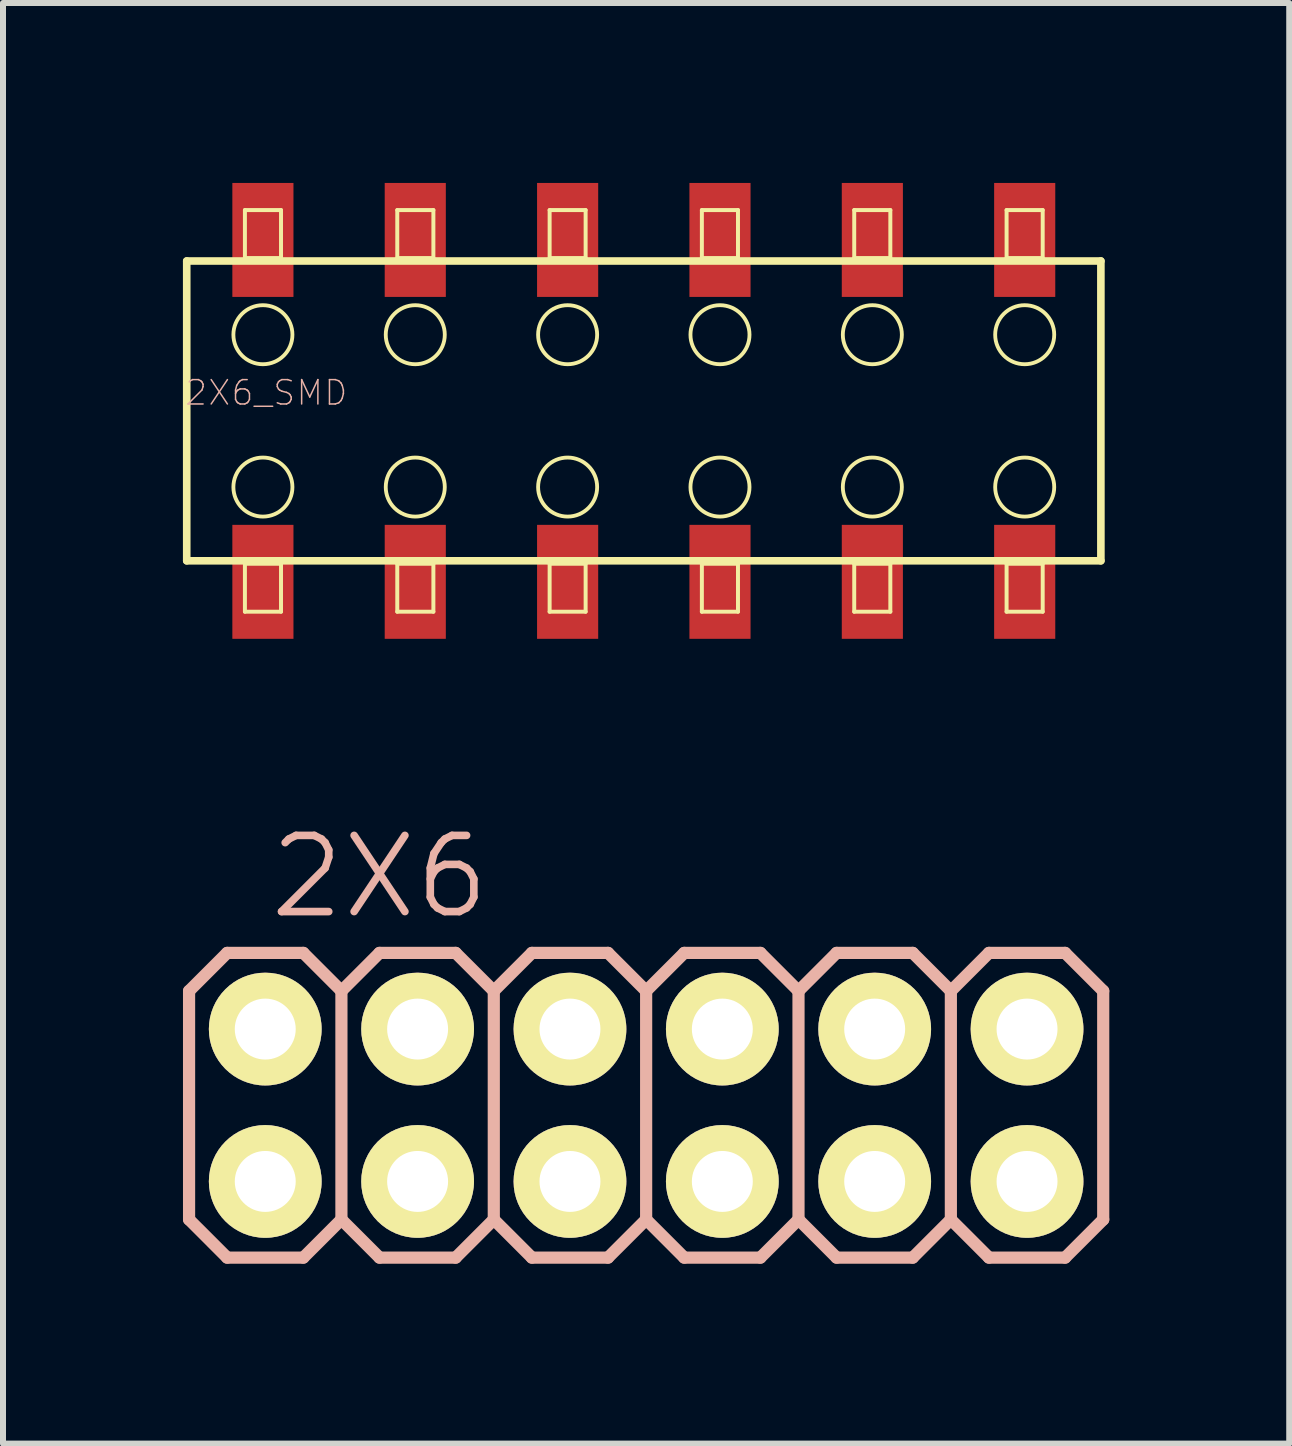
<source format=kicad_pcb>
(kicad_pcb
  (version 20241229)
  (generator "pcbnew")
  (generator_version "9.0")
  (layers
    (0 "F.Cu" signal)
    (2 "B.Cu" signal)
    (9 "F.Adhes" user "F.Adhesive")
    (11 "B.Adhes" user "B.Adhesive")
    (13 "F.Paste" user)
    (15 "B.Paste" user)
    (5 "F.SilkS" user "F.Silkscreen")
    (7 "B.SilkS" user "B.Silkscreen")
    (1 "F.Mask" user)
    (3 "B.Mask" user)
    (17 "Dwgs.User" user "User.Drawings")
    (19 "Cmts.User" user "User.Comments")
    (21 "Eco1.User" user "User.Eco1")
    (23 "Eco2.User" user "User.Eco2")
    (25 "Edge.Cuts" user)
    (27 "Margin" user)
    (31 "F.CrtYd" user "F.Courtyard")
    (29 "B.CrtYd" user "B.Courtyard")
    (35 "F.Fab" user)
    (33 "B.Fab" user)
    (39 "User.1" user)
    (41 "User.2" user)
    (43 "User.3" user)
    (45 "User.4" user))
  (footprint "2X6"
    (layer "F.Cu")
    (at 1.372 16.646)
    (property "Reference" "2X6" (at 1.905 -5.08 0) (layer "B.SilkS") (effects (font (size 1.27 1.27) (thickness 0.127))))
    (attr exclude_from_pos_files exclude_from_bom)
    (fp_line (start -0.254 -2.794) (end 0.254 -2.794) (stroke (width 0.066) (type solid)) (layer "F.SilkS"))
    (fp_line (start -0.254 -2.286) (end -0.254 -2.794) (stroke (width 0.066) (type solid)) (layer "F.SilkS"))
    (fp_line (start -0.254 -2.286) (end 0.254 -2.286) (stroke (width 0.066) (type solid)) (layer "F.SilkS"))
    (fp_line (start -0.254 -0.254) (end 0.254 -0.254) (stroke (width 0.066) (type solid)) (layer "F.SilkS"))
    (fp_line (start -0.254 0.254) (end -0.254 -0.254) (stroke (width 0.066) (type solid)) (layer "F.SilkS"))
    (fp_line (start -0.254 0.254) (end 0.254 0.254) (stroke (width 0.066) (type solid)) (layer "F.SilkS"))
    (fp_line (start 0.254 -2.286) (end 0.254 -2.794) (stroke (width 0.066) (type solid)) (layer "F.SilkS"))
    (fp_line (start 0.254 0.254) (end 0.254 -0.254) (stroke (width 0.066) (type solid)) (layer "F.SilkS"))
    (fp_line (start 2.286 -2.794) (end 2.794 -2.794) (stroke (width 0.066) (type solid)) (layer "F.SilkS"))
    (fp_line (start 2.286 -2.286) (end 2.286 -2.794) (stroke (width 0.066) (type solid)) (layer "F.SilkS"))
    (fp_line (start 2.286 -2.286) (end 2.794 -2.286) (stroke (width 0.066) (type solid)) (layer "F.SilkS"))
    (fp_line (start 2.286 -0.254) (end 2.794 -0.254) (stroke (width 0.066) (type solid)) (layer "F.SilkS"))
    (fp_line (start 2.286 0.254) (end 2.286 -0.254) (stroke (width 0.066) (type solid)) (layer "F.SilkS"))
    (fp_line (start 2.286 0.254) (end 2.794 0.254) (stroke (width 0.066) (type solid)) (layer "F.SilkS"))
    (fp_line (start 2.794 -2.286) (end 2.794 -2.794) (stroke (width 0.066) (type solid)) (layer "F.SilkS"))
    (fp_line (start 2.794 0.254) (end 2.794 -0.254) (stroke (width 0.066) (type solid)) (layer "F.SilkS"))
    (fp_line (start 4.826 -2.794) (end 5.334 -2.794) (stroke (width 0.066) (type solid)) (layer "F.SilkS"))
    (fp_line (start 4.826 -2.286) (end 4.826 -2.794) (stroke (width 0.066) (type solid)) (layer "F.SilkS"))
    (fp_line (start 4.826 -2.286) (end 5.334 -2.286) (stroke (width 0.066) (type solid)) (layer "F.SilkS"))
    (fp_line (start 4.826 -0.254) (end 5.334 -0.254) (stroke (width 0.066) (type solid)) (layer "F.SilkS"))
    (fp_line (start 4.826 0.254) (end 4.826 -0.254) (stroke (width 0.066) (type solid)) (layer "F.SilkS"))
    (fp_line (start 4.826 0.254) (end 5.334 0.254) (stroke (width 0.066) (type solid)) (layer "F.SilkS"))
    (fp_line (start 5.334 -2.286) (end 5.334 -2.794) (stroke (width 0.066) (type solid)) (layer "F.SilkS"))
    (fp_line (start 5.334 0.254) (end 5.334 -0.254) (stroke (width 0.066) (type solid)) (layer "F.SilkS"))
    (fp_line (start 7.366 -2.794) (end 7.874 -2.794) (stroke (width 0.066) (type solid)) (layer "F.SilkS"))
    (fp_line (start 7.366 -2.286) (end 7.366 -2.794) (stroke (width 0.066) (type solid)) (layer "F.SilkS"))
    (fp_line (start 7.366 -2.286) (end 7.874 -2.286) (stroke (width 0.066) (type solid)) (layer "F.SilkS"))
    (fp_line (start 7.366 -0.254) (end 7.874 -0.254) (stroke (width 0.066) (type solid)) (layer "F.SilkS"))
    (fp_line (start 7.366 0.254) (end 7.366 -0.254) (stroke (width 0.066) (type solid)) (layer "F.SilkS"))
    (fp_line (start 7.366 0.254) (end 7.874 0.254) (stroke (width 0.066) (type solid)) (layer "F.SilkS"))
    (fp_line (start 7.874 -2.286) (end 7.874 -2.794) (stroke (width 0.066) (type solid)) (layer "F.SilkS"))
    (fp_line (start 7.874 0.254) (end 7.874 -0.254) (stroke (width 0.066) (type solid)) (layer "F.SilkS"))
    (fp_line (start 9.906 -2.794) (end 10.414 -2.794) (stroke (width 0.066) (type solid)) (layer "F.SilkS"))
    (fp_line (start 9.906 -2.286) (end 9.906 -2.794) (stroke (width 0.066) (type solid)) (layer "F.SilkS"))
    (fp_line (start 9.906 -2.286) (end 10.414 -2.286) (stroke (width 0.066) (type solid)) (layer "F.SilkS"))
    (fp_line (start 9.906 -0.254) (end 10.414 -0.254) (stroke (width 0.066) (type solid)) (layer "F.SilkS"))
    (fp_line (start 9.906 0.254) (end 9.906 -0.254) (stroke (width 0.066) (type solid)) (layer "F.SilkS"))
    (fp_line (start 9.906 0.254) (end 10.414 0.254) (stroke (width 0.066) (type solid)) (layer "F.SilkS"))
    (fp_line (start 10.414 -2.286) (end 10.414 -2.794) (stroke (width 0.066) (type solid)) (layer "F.SilkS"))
    (fp_line (start 10.414 0.254) (end 10.414 -0.254) (stroke (width 0.066) (type solid)) (layer "F.SilkS"))
    (fp_line (start 12.446 -2.794) (end 12.954 -2.794) (stroke (width 0.066) (type solid)) (layer "F.SilkS"))
    (fp_line (start 12.446 -2.286) (end 12.446 -2.794) (stroke (width 0.066) (type solid)) (layer "F.SilkS"))
    (fp_line (start 12.446 -2.286) (end 12.954 -2.286) (stroke (width 0.066) (type solid)) (layer "F.SilkS"))
    (fp_line (start 12.446 -0.254) (end 12.954 -0.254) (stroke (width 0.066) (type solid)) (layer "F.SilkS"))
    (fp_line (start 12.446 0.254) (end 12.446 -0.254) (stroke (width 0.066) (type solid)) (layer "F.SilkS"))
    (fp_line (start 12.446 0.254) (end 12.954 0.254) (stroke (width 0.066) (type solid)) (layer "F.SilkS"))
    (fp_line (start 12.954 -2.286) (end 12.954 -2.794) (stroke (width 0.066) (type solid)) (layer "F.SilkS"))
    (fp_line (start 12.954 0.254) (end 12.954 -0.254) (stroke (width 0.066) (type solid)) (layer "F.SilkS"))
    (fp_line (start -1.27 -3.175) (end -0.635 -3.81) (stroke (width 0.203) (type solid)) (layer "B.SilkS"))
    (fp_line (start -1.27 0.635) (end -1.27 -3.175) (stroke (width 0.203) (type solid)) (layer "B.SilkS"))
    (fp_line (start -1.27 0.635) (end -0.635 1.27) (stroke (width 0.203) (type solid)) (layer "B.SilkS"))
    (fp_line (start -0.635 -3.81) (end 0.635 -3.81) (stroke (width 0.203) (type solid)) (layer "B.SilkS"))
    (fp_line (start -0.635 1.27) (end 0.635 1.27) (stroke (width 0.203) (type solid)) (layer "B.SilkS"))
    (fp_line (start 0.635 -3.81) (end 1.27 -3.175) (stroke (width 0.203) (type solid)) (layer "B.SilkS"))
    (fp_line (start 0.635 1.27) (end 1.27 0.635) (stroke (width 0.203) (type solid)) (layer "B.SilkS"))
    (fp_line (start 1.27 -3.175) (end 1.27 0.635) (stroke (width 0.203) (type solid)) (layer "B.SilkS"))
    (fp_line (start 1.27 -3.175) (end 1.905 -3.81) (stroke (width 0.203) (type solid)) (layer "B.SilkS"))
    (fp_line (start 1.27 0.635) (end 1.905 1.27) (stroke (width 0.203) (type solid)) (layer "B.SilkS"))
    (fp_line (start 1.905 -3.81) (end 3.175 -3.81) (stroke (width 0.203) (type solid)) (layer "B.SilkS"))
    (fp_line (start 1.905 1.27) (end 3.175 1.27) (stroke (width 0.203) (type solid)) (layer "B.SilkS"))
    (fp_line (start 3.175 -3.81) (end 3.81 -3.175) (stroke (width 0.203) (type solid)) (layer "B.SilkS"))
    (fp_line (start 3.175 1.27) (end 3.81 0.635) (stroke (width 0.203) (type solid)) (layer "B.SilkS"))
    (fp_line (start 3.81 -3.175) (end 3.81 0.635) (stroke (width 0.203) (type solid)) (layer "B.SilkS"))
    (fp_line (start 3.81 -3.175) (end 4.445 -3.81) (stroke (width 0.203) (type solid)) (layer "B.SilkS"))
    (fp_line (start 3.81 0.635) (end 4.445 1.27) (stroke (width 0.203) (type solid)) (layer "B.SilkS"))
    (fp_line (start 4.445 -3.81) (end 5.715 -3.81) (stroke (width 0.203) (type solid)) (layer "B.SilkS"))
    (fp_line (start 4.445 1.27) (end 5.715 1.27) (stroke (width 0.203) (type solid)) (layer "B.SilkS"))
    (fp_line (start 5.715 -3.81) (end 6.35 -3.175) (stroke (width 0.203) (type solid)) (layer "B.SilkS"))
    (fp_line (start 5.715 1.27) (end 6.35 0.635) (stroke (width 0.203) (type solid)) (layer "B.SilkS"))
    (fp_line (start 6.35 -3.175) (end 6.35 0.635) (stroke (width 0.203) (type solid)) (layer "B.SilkS"))
    (fp_line (start 6.35 -3.175) (end 6.985 -3.81) (stroke (width 0.203) (type solid)) (layer "B.SilkS"))
    (fp_line (start 6.35 0.635) (end 6.985 1.27) (stroke (width 0.203) (type solid)) (layer "B.SilkS"))
    (fp_line (start 6.985 -3.81) (end 8.255 -3.81) (stroke (width 0.203) (type solid)) (layer "B.SilkS"))
    (fp_line (start 6.985 1.27) (end 8.255 1.27) (stroke (width 0.203) (type solid)) (layer "B.SilkS"))
    (fp_line (start 8.255 -3.81) (end 8.89 -3.175) (stroke (width 0.203) (type solid)) (layer "B.SilkS"))
    (fp_line (start 8.255 1.27) (end 8.89 0.635) (stroke (width 0.203) (type solid)) (layer "B.SilkS"))
    (fp_line (start 8.89 -3.175) (end 8.89 0.635) (stroke (width 0.203) (type solid)) (layer "B.SilkS"))
    (fp_line (start 8.89 -3.175) (end 9.525 -3.81) (stroke (width 0.203) (type solid)) (layer "B.SilkS"))
    (fp_line (start 8.89 0.635) (end 9.525 1.27) (stroke (width 0.203) (type solid)) (layer "B.SilkS"))
    (fp_line (start 9.525 -3.81) (end 10.795 -3.81) (stroke (width 0.203) (type solid)) (layer "B.SilkS"))
    (fp_line (start 9.525 1.27) (end 10.795 1.27) (stroke (width 0.203) (type solid)) (layer "B.SilkS"))
    (fp_line (start 10.795 -3.81) (end 11.43 -3.175) (stroke (width 0.203) (type solid)) (layer "B.SilkS"))
    (fp_line (start 10.795 1.27) (end 11.43 0.635) (stroke (width 0.203) (type solid)) (layer "B.SilkS"))
    (fp_line (start 11.43 -3.175) (end 11.43 0.635) (stroke (width 0.203) (type solid)) (layer "B.SilkS"))
    (fp_line (start 11.43 -3.175) (end 12.065 -3.81) (stroke (width 0.203) (type solid)) (layer "B.SilkS"))
    (fp_line (start 11.43 0.635) (end 12.065 1.27) (stroke (width 0.203) (type solid)) (layer "B.SilkS"))
    (fp_line (start 12.065 -3.81) (end 13.335 -3.81) (stroke (width 0.203) (type solid)) (layer "B.SilkS"))
    (fp_line (start 12.065 1.27) (end 13.335 1.27) (stroke (width 0.203) (type solid)) (layer "B.SilkS"))
    (fp_line (start 13.335 -3.81) (end 13.97 -3.175) (stroke (width 0.203) (type solid)) (layer "B.SilkS"))
    (fp_line (start 13.335 1.27) (end 13.97 0.635) (stroke (width 0.203) (type solid)) (layer "B.SilkS"))
    (fp_line (start 13.97 -3.175) (end 13.97 0.635) (stroke (width 0.203) (type solid)) (layer "B.SilkS"))
    (pad "1" thru_hole circle (at 0 0) (size 1.88 1.88) (drill 1.016) (layers "*.Cu" "F.Mask" "F.SilkS" "F.Paste"))
    (pad "2" thru_hole circle (at 0 -2.54) (size 1.88 1.88) (drill 1.016) (layers "*.Cu" "F.Mask" "F.SilkS" "F.Paste"))
    (pad "3" thru_hole circle (at 2.54 0) (size 1.88 1.88) (drill 1.016) (layers "*.Cu" "F.Mask" "F.SilkS" "F.Paste"))
    (pad "4" thru_hole circle (at 2.54 -2.54) (size 1.88 1.88) (drill 1.016) (layers "*.Cu" "F.Mask" "F.SilkS" "F.Paste"))
    (pad "5" thru_hole circle (at 5.08 0) (size 1.88 1.88) (drill 1.016) (layers "*.Cu" "F.Mask" "F.SilkS" "F.Paste"))
    (pad "6" thru_hole circle (at 5.08 -2.54) (size 1.88 1.88) (drill 1.016) (layers "*.Cu" "F.Mask" "F.SilkS" "F.Paste"))
    (pad "7" thru_hole circle (at 7.62 0) (size 1.88 1.88) (drill 1.016) (layers "*.Cu" "F.Mask" "F.SilkS" "F.Paste"))
    (pad "8" thru_hole circle (at 7.62 -2.54) (size 1.88 1.88) (drill 1.016) (layers "*.Cu" "F.Mask" "F.SilkS" "F.Paste"))
    (pad "9" thru_hole circle (at 10.16 0) (size 1.88 1.88) (drill 1.016) (layers "*.Cu" "F.Mask" "F.SilkS" "F.Paste"))
    (pad "10" thru_hole circle (at 10.16 -2.54) (size 1.88 1.88) (drill 1.016) (layers "*.Cu" "F.Mask" "F.SilkS" "F.Paste"))
    (pad "11" thru_hole circle (at 12.7 0) (size 1.88 1.88) (drill 1.016) (layers "*.Cu" "F.Mask" "F.SilkS" "F.Paste"))
    (pad "12" thru_hole circle (at 12.7 -2.54) (size 1.88 1.88) (drill 1.016) (layers "*.Cu" "F.Mask" "F.SilkS" "F.Paste")))
  (footprint "2X6_SMD"
    (layer "F.Cu")
    (at 6.413 3.8)
    (property "Reference" "2X6_SMD" (at -5.024 -0.302 0) (layer "B.SilkS") (effects (font (size 0.406 0.406) (thickness 0.025))))
    (attr smd)
    (fp_line (start -6.35 -2.499) (end 8.89 -2.499) (stroke (width 0.127) (type solid)) (layer "F.SilkS"))
    (fp_line (start -6.35 2.499) (end -6.35 -2.499) (stroke (width 0.127) (type solid)) (layer "F.SilkS"))
    (fp_line (start -5.38 -3.348) (end -4.778 -3.348) (stroke (width 0.066) (type solid)) (layer "F.SilkS"))
    (fp_line (start -5.38 -2.548) (end -5.38 -3.348) (stroke (width 0.066) (type solid)) (layer "F.SilkS"))
    (fp_line (start -5.38 -2.548) (end -4.778 -2.548) (stroke (width 0.066) (type solid)) (layer "F.SilkS"))
    (fp_line (start -5.38 2.548) (end -4.778 2.548) (stroke (width 0.066) (type solid)) (layer "F.SilkS"))
    (fp_line (start -5.38 3.348) (end -5.38 2.548) (stroke (width 0.066) (type solid)) (layer "F.SilkS"))
    (fp_line (start -5.38 3.348) (end -4.778 3.348) (stroke (width 0.066) (type solid)) (layer "F.SilkS"))
    (fp_line (start -4.778 -2.548) (end -4.778 -3.348) (stroke (width 0.066) (type solid)) (layer "F.SilkS"))
    (fp_line (start -4.778 3.348) (end -4.778 2.548) (stroke (width 0.066) (type solid)) (layer "F.SilkS"))
    (fp_line (start -2.84 -3.348) (end -2.238 -3.348) (stroke (width 0.066) (type solid)) (layer "F.SilkS"))
    (fp_line (start -2.84 -2.548) (end -2.84 -3.348) (stroke (width 0.066) (type solid)) (layer "F.SilkS"))
    (fp_line (start -2.84 -2.548) (end -2.238 -2.548) (stroke (width 0.066) (type solid)) (layer "F.SilkS"))
    (fp_line (start -2.84 2.548) (end -2.238 2.548) (stroke (width 0.066) (type solid)) (layer "F.SilkS"))
    (fp_line (start -2.84 3.348) (end -2.84 2.548) (stroke (width 0.066) (type solid)) (layer "F.SilkS"))
    (fp_line (start -2.84 3.348) (end -2.238 3.348) (stroke (width 0.066) (type solid)) (layer "F.SilkS"))
    (fp_line (start -2.238 -2.548) (end -2.238 -3.348) (stroke (width 0.066) (type solid)) (layer "F.SilkS"))
    (fp_line (start -2.238 3.348) (end -2.238 2.548) (stroke (width 0.066) (type solid)) (layer "F.SilkS"))
    (fp_line (start -0.3 -3.348) (end 0.3 -3.348) (stroke (width 0.066) (type solid)) (layer "F.SilkS"))
    (fp_line (start -0.3 -2.548) (end -0.3 -3.348) (stroke (width 0.066) (type solid)) (layer "F.SilkS"))
    (fp_line (start -0.3 -2.548) (end 0.3 -2.548) (stroke (width 0.066) (type solid)) (layer "F.SilkS"))
    (fp_line (start -0.3 2.548) (end 0.3 2.548) (stroke (width 0.066) (type solid)) (layer "F.SilkS"))
    (fp_line (start -0.3 3.348) (end -0.3 2.548) (stroke (width 0.066) (type solid)) (layer "F.SilkS"))
    (fp_line (start -0.3 3.348) (end 0.3 3.348) (stroke (width 0.066) (type solid)) (layer "F.SilkS"))
    (fp_line (start 0.3 -2.548) (end 0.3 -3.348) (stroke (width 0.066) (type solid)) (layer "F.SilkS"))
    (fp_line (start 0.3 3.348) (end 0.3 2.548) (stroke (width 0.066) (type solid)) (layer "F.SilkS"))
    (fp_line (start 2.238 -3.348) (end 2.84 -3.348) (stroke (width 0.066) (type solid)) (layer "F.SilkS"))
    (fp_line (start 2.238 -2.548) (end 2.238 -3.348) (stroke (width 0.066) (type solid)) (layer "F.SilkS"))
    (fp_line (start 2.238 -2.548) (end 2.84 -2.548) (stroke (width 0.066) (type solid)) (layer "F.SilkS"))
    (fp_line (start 2.238 2.548) (end 2.84 2.548) (stroke (width 0.066) (type solid)) (layer "F.SilkS"))
    (fp_line (start 2.238 3.348) (end 2.238 2.548) (stroke (width 0.066) (type solid)) (layer "F.SilkS"))
    (fp_line (start 2.238 3.348) (end 2.84 3.348) (stroke (width 0.066) (type solid)) (layer "F.SilkS"))
    (fp_line (start 2.84 -2.548) (end 2.84 -3.348) (stroke (width 0.066) (type solid)) (layer "F.SilkS"))
    (fp_line (start 2.84 3.348) (end 2.84 2.548) (stroke (width 0.066) (type solid)) (layer "F.SilkS"))
    (fp_line (start 4.778 -3.348) (end 5.38 -3.348) (stroke (width 0.066) (type solid)) (layer "F.SilkS"))
    (fp_line (start 4.778 -2.548) (end 4.778 -3.348) (stroke (width 0.066) (type solid)) (layer "F.SilkS"))
    (fp_line (start 4.778 -2.548) (end 5.38 -2.548) (stroke (width 0.066) (type solid)) (layer "F.SilkS"))
    (fp_line (start 4.778 2.548) (end 5.38 2.548) (stroke (width 0.066) (type solid)) (layer "F.SilkS"))
    (fp_line (start 4.778 3.348) (end 4.778 2.548) (stroke (width 0.066) (type solid)) (layer "F.SilkS"))
    (fp_line (start 4.778 3.348) (end 5.38 3.348) (stroke (width 0.066) (type solid)) (layer "F.SilkS"))
    (fp_line (start 5.38 -2.548) (end 5.38 -3.348) (stroke (width 0.066) (type solid)) (layer "F.SilkS"))
    (fp_line (start 5.38 3.348) (end 5.38 2.548) (stroke (width 0.066) (type solid)) (layer "F.SilkS"))
    (fp_line (start 7.318 -3.348) (end 7.92 -3.348) (stroke (width 0.066) (type solid)) (layer "F.SilkS"))
    (fp_line (start 7.318 -2.548) (end 7.318 -3.348) (stroke (width 0.066) (type solid)) (layer "F.SilkS"))
    (fp_line (start 7.318 -2.548) (end 7.92 -2.548) (stroke (width 0.066) (type solid)) (layer "F.SilkS"))
    (fp_line (start 7.318 2.548) (end 7.92 2.548) (stroke (width 0.066) (type solid)) (layer "F.SilkS"))
    (fp_line (start 7.318 3.348) (end 7.318 2.548) (stroke (width 0.066) (type solid)) (layer "F.SilkS"))
    (fp_line (start 7.318 3.348) (end 7.92 3.348) (stroke (width 0.066) (type solid)) (layer "F.SilkS"))
    (fp_line (start 7.92 -2.548) (end 7.92 -3.348) (stroke (width 0.066) (type solid)) (layer "F.SilkS"))
    (fp_line (start 7.92 3.348) (end 7.92 2.548) (stroke (width 0.066) (type solid)) (layer "F.SilkS"))
    (fp_line (start 8.89 -2.499) (end 8.89 2.499) (stroke (width 0.127) (type solid)) (layer "F.SilkS"))
    (fp_line (start 8.89 2.499) (end -6.35 2.499) (stroke (width 0.127) (type solid)) (layer "F.SilkS"))
    (fp_circle (center -5.08 -1.27) (end -5.428 -1.618) (stroke (width 0.064) (type solid)) (fill no) (layer "F.SilkS"))
    (fp_circle (center -5.08 1.27) (end -5.428 1.618) (stroke (width 0.064) (type solid)) (fill no) (layer "F.SilkS"))
    (fp_circle (center -2.54 -1.27) (end -2.888 -1.618) (stroke (width 0.064) (type solid)) (fill no) (layer "F.SilkS"))
    (fp_circle (center -2.54 1.27) (end -2.888 1.618) (stroke (width 0.064) (type solid)) (fill no) (layer "F.SilkS"))
    (fp_circle (center 0 -1.27) (end -0.348 -1.618) (stroke (width 0.064) (type solid)) (fill no) (layer "F.SilkS"))
    (fp_circle (center 0 1.27) (end -0.348 1.618) (stroke (width 0.064) (type solid)) (fill no) (layer "F.SilkS"))
    (fp_circle (center 2.54 -1.27) (end 2.888 -1.618) (stroke (width 0.064) (type solid)) (fill no) (layer "F.SilkS"))
    (fp_circle (center 2.54 1.27) (end 2.888 1.618) (stroke (width 0.064) (type solid)) (fill no) (layer "F.SilkS"))
    (fp_circle (center 5.08 -1.27) (end 5.428 -1.618) (stroke (width 0.064) (type solid)) (fill no) (layer "F.SilkS"))
    (fp_circle (center 5.08 1.27) (end 5.428 1.618) (stroke (width 0.064) (type solid)) (fill no) (layer "F.SilkS"))
    (fp_circle (center 7.62 -1.27) (end 7.968 -1.618) (stroke (width 0.064) (type solid)) (fill no) (layer "F.SilkS"))
    (fp_circle (center 7.62 1.27) (end 7.968 1.618) (stroke (width 0.064) (type solid)) (fill no) (layer "F.SilkS"))
    (pad "1" smd rect (at -5.08 2.85) (size 1.019 1.9) (layers "F.Cu" "F.Mask" "F.Paste"))
    (pad "2" smd rect (at -5.08 -2.85) (size 1.019 1.9) (layers "F.Cu" "F.Mask" "F.Paste"))
    (pad "3" smd rect (at -2.54 2.85) (size 1.019 1.9) (layers "F.Cu" "F.Mask" "F.Paste"))
    (pad "4" smd rect (at -2.54 -2.85) (size 1.019 1.9) (layers "F.Cu" "F.Mask" "F.Paste"))
    (pad "5" smd rect (at 0 2.85) (size 1.019 1.9) (layers "F.Cu" "F.Mask" "F.Paste"))
    (pad "6" smd rect (at 0 -2.85) (size 1.019 1.9) (layers "F.Cu" "F.Mask" "F.Paste"))
    (pad "7" smd rect (at 2.54 2.85) (size 1.019 1.9) (layers "F.Cu" "F.Mask" "F.Paste"))
    (pad "8" smd rect (at 2.54 -2.85) (size 1.019 1.9) (layers "F.Cu" "F.Mask" "F.Paste"))
    (pad "9" smd rect (at 5.08 2.85) (size 1.019 1.9) (layers "F.Cu" "F.Mask" "F.Paste"))
    (pad "10" smd rect (at 5.08 -2.85) (size 1.019 1.9) (layers "F.Cu" "F.Mask" "F.Paste"))
    (pad "11" smd rect (at 7.62 2.85) (size 1.019 1.9) (layers "F.Cu" "F.Mask" "F.Paste"))
    (pad "12" smd rect (at 7.62 -2.85) (size 1.019 1.9) (layers "F.Cu" "F.Mask" "F.Paste")))
  (gr_rect
    (start -3 -3)
    (end 18.443 21.017)
    (stroke (width 0.1) (type default))
    (fill no)
    (layer "Edge.Cuts")))
</source>
